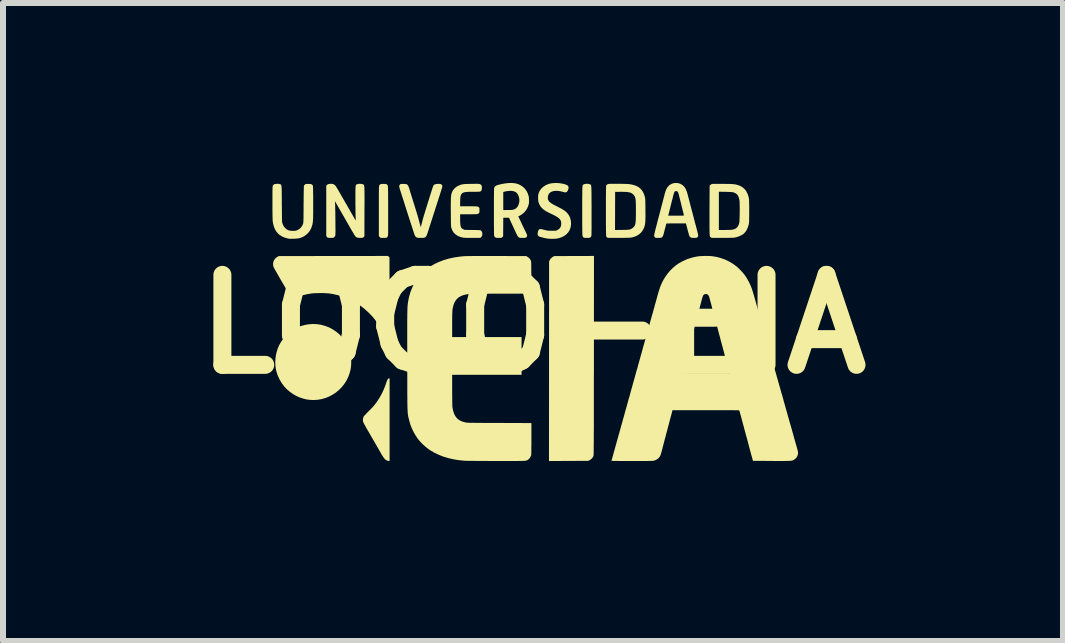
<source format=kicad_pcb>
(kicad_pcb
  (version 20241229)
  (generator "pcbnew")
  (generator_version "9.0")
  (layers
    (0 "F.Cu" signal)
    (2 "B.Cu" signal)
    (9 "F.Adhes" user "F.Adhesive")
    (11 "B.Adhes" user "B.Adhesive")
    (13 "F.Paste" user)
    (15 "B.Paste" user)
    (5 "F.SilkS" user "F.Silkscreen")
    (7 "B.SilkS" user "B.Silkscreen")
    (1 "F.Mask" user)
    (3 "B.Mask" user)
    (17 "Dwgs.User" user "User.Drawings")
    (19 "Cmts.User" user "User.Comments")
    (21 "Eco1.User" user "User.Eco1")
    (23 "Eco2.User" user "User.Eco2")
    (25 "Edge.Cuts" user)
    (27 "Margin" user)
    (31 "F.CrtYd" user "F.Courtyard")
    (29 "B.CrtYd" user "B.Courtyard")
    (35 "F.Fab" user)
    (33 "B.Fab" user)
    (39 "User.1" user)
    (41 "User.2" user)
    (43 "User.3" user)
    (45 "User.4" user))
  (footprint "LOGO-EIA"
    (layer "F.Cu")
    (at 5.836 2.354)
    (property "Reference" "LOGO-EIA" (at 0 0 0) (layer "F.SilkS") (effects (font (size 1.5 1.5) (thickness 0.3))))
    (attr board_only exclude_from_pos_files exclude_from_bom)
    (fp_poly (pts (xy 1.015 0.522) (xy 1.015 0.658) (xy 1.015 0.786) (xy 1.014 0.907) (xy 1.014 1.021) (xy 1.014 1.128) (xy 1.014 1.228) (xy 1.014 1.321) (xy 1.014 1.409) (xy 1.014 1.49) (xy 1.014 1.565) (xy 1.014 1.635) (xy 1.014 1.699) (xy 1.014 1.759) (xy 1.013 1.813) (xy 1.013 1.863) (xy 1.013 1.908) (xy 1.013 1.948) (xy 1.013 1.985) (xy 1.012 2.018) (xy 1.012 2.047) (xy 1.012 2.073) (xy 1.012 2.096) (xy 1.011 2.115) (xy 1.011 2.132) (xy 1.011 2.147) (xy 1.01 2.159) (xy 1.01 2.169) (xy 1.01 2.177) (xy 1.009 2.184) (xy 1.009 2.189) (xy 1.008 2.193) (xy 1.008 2.196) (xy 1.007 2.198) (xy 1.007 2.2) (xy 0.995 2.221) (xy 0.978 2.241) (xy 0.958 2.259) (xy 0.942 2.268) (xy 0.92 2.279) (xy 0.593 2.28) (xy 0.266 2.282) (xy 0.267 0.618) (xy 0.268 -1.045) (xy 0.278 -1.067) (xy 0.295 -1.093) (xy 0.318 -1.114) (xy 0.337 -1.126) (xy 0.354 -1.135) (xy 0.685 -1.136) (xy 1.016 -1.137)) (stroke (width 0) (type solid)) (fill yes) (layer "F.SilkS"))
    (fp_poly (pts (xy -2.47 -2.338) (xy -2.453 -2.336) (xy -2.441 -2.332) (xy -2.432 -2.325) (xy -2.424 -2.315) (xy -2.423 -2.314) (xy -2.422 -2.312) (xy -2.421 -2.309) (xy -2.42 -2.305) (xy -2.419 -2.299) (xy -2.419 -2.291) (xy -2.418 -2.28) (xy -2.418 -2.266) (xy -2.417 -2.249) (xy -2.417 -2.227) (xy -2.416 -2.201) (xy -2.416 -2.17) (xy -2.416 -2.134) (xy -2.416 -2.092) (xy -2.415 -2.044) (xy -2.415 -1.989) (xy -2.415 -1.926) (xy -2.415 -1.905) (xy -2.415 -1.849) (xy -2.415 -1.795) (xy -2.415 -1.744) (xy -2.415 -1.696) (xy -2.415 -1.651) (xy -2.415 -1.611) (xy -2.415 -1.575) (xy -2.415 -1.544) (xy -2.415 -1.519) (xy -2.416 -1.501) (xy -2.416 -1.489) (xy -2.416 -1.485) (xy -2.42 -1.468) (xy -2.428 -1.454) (xy -2.43 -1.452) (xy -2.441 -1.44) (xy -2.49 -1.438) (xy -2.539 -1.437) (xy -2.555 -1.452) (xy -2.57 -1.468) (xy -2.57 -1.885) (xy -2.57 -1.952) (xy -2.57 -2.012) (xy -2.57 -2.065) (xy -2.57 -2.112) (xy -2.57 -2.152) (xy -2.57 -2.187) (xy -2.57 -2.216) (xy -2.569 -2.241) (xy -2.569 -2.262) (xy -2.568 -2.279) (xy -2.567 -2.292) (xy -2.565 -2.303) (xy -2.564 -2.311) (xy -2.562 -2.316) (xy -2.56 -2.321) (xy -2.557 -2.324) (xy -2.554 -2.326) (xy -2.551 -2.328) (xy -2.547 -2.33) (xy -2.546 -2.331) (xy -2.538 -2.334) (xy -2.529 -2.336) (xy -2.516 -2.338) (xy -2.498 -2.338) (xy -2.492 -2.338)) (stroke (width 0) (type solid)) (fill yes) (layer "F.SilkS"))
    (fp_poly (pts (xy -3.602 0.000092) (xy -3.535 0.01) (xy -3.469 0.028) (xy -3.405 0.052) (xy -3.344 0.084) (xy -3.286 0.122) (xy -3.246 0.154) (xy -3.2 0.199) (xy -3.157 0.25) (xy -3.12 0.305) (xy -3.088 0.364) (xy -3.063 0.426) (xy -3.045 0.489) (xy -3.043 0.498) (xy -3.035 0.546) (xy -3.031 0.598) (xy -3.031 0.652) (xy -3.034 0.704) (xy -3.041 0.752) (xy -3.042 0.756) (xy -3.059 0.823) (xy -3.083 0.886) (xy -3.113 0.946) (xy -3.15 1.002) (xy -3.191 1.053) (xy -3.238 1.1) (xy -3.288 1.141) (xy -3.343 1.177) (xy -3.402 1.208) (xy -3.463 1.232) (xy -3.527 1.25) (xy -3.594 1.261) (xy -3.662 1.265) (xy -3.731 1.261) (xy -3.785 1.253) (xy -3.841 1.238) (xy -3.897 1.219) (xy -3.949 1.195) (xy -3.994 1.17) (xy -4.051 1.13) (xy -4.103 1.086) (xy -4.149 1.037) (xy -4.19 0.982) (xy -4.225 0.922) (xy -4.251 0.867) (xy -4.257 0.853) (xy -4.264 0.833) (xy -4.271 0.809) (xy -4.279 0.783) (xy -4.28 0.78) (xy -4.29 0.733) (xy -4.295 0.681) (xy -4.297 0.626) (xy -4.293 0.57) (xy -4.286 0.515) (xy -4.274 0.463) (xy -4.254 0.401) (xy -4.229 0.344) (xy -4.197 0.29) (xy -4.159 0.238) (xy -4.114 0.188) (xy -4.108 0.181) (xy -4.056 0.135) (xy -4.002 0.095) (xy -3.944 0.062) (xy -3.882 0.036) (xy -3.875 0.033) (xy -3.807 0.014) (xy -3.739 0.002) (xy -3.671 -0.003)) (stroke (width 0) (type solid)) (fill yes) (layer "F.SilkS"))
    (fp_poly (pts (xy -2.391 1.591) (xy -2.391 2.281) (xy -2.402 2.281) (xy -2.412 2.28) (xy -2.425 2.277) (xy -2.432 2.274) (xy -2.447 2.268) (xy -2.461 2.258) (xy -2.476 2.243) (xy -2.491 2.223) (xy -2.509 2.198) (xy -2.528 2.166) (xy -2.531 2.16) (xy -2.544 2.137) (xy -2.558 2.112) (xy -2.574 2.085) (xy -2.589 2.059) (xy -2.604 2.033) (xy -2.618 2.009) (xy -2.63 1.988) (xy -2.64 1.971) (xy -2.646 1.959) (xy -2.648 1.956) (xy -2.652 1.949) (xy -2.659 1.937) (xy -2.669 1.921) (xy -2.679 1.902) (xy -2.684 1.894) (xy -2.695 1.876) (xy -2.708 1.853) (xy -2.723 1.826) (xy -2.74 1.797) (xy -2.757 1.768) (xy -2.769 1.747) (xy -2.784 1.721) (xy -2.797 1.697) (xy -2.809 1.675) (xy -2.819 1.657) (xy -2.827 1.643) (xy -2.83 1.635) (xy -2.83 1.635) (xy -2.835 1.616) (xy -2.836 1.593) (xy -2.833 1.569) (xy -2.827 1.549) (xy -2.825 1.543) (xy -2.819 1.535) (xy -2.809 1.523) (xy -2.795 1.508) (xy -2.778 1.489) (xy -2.758 1.469) (xy -2.745 1.456) (xy -2.722 1.433) (xy -2.704 1.415) (xy -2.69 1.4) (xy -2.678 1.388) (xy -2.669 1.378) (xy -2.66 1.368) (xy -2.652 1.359) (xy -2.644 1.347) (xy -2.641 1.344) (xy -2.633 1.334) (xy -2.627 1.327) (xy -2.625 1.324) (xy -2.621 1.319) (xy -2.613 1.309) (xy -2.603 1.294) (xy -2.592 1.278) (xy -2.58 1.259) (xy -2.569 1.241) (xy -2.558 1.225) (xy -2.556 1.221) (xy -2.519 1.155) (xy -2.487 1.086) (xy -2.459 1.014) (xy -2.446 0.974) (xy -2.437 0.95) (xy -2.43 0.932) (xy -2.424 0.92) (xy -2.417 0.911) (xy -2.408 0.906) (xy -2.402 0.904) (xy -2.391 0.902)) (stroke (width 0) (type solid)) (fill yes) (layer "F.SilkS"))
    (fp_poly (pts (xy 0.911 -2.34) (xy 0.932 -2.337) (xy 0.947 -2.332) (xy 0.951 -2.33) (xy 0.955 -2.329) (xy 0.959 -2.327) (xy 0.962 -2.325) (xy 0.964 -2.322) (xy 0.967 -2.317) (xy 0.968 -2.311) (xy 0.97 -2.302) (xy 0.971 -2.29) (xy 0.972 -2.276) (xy 0.973 -2.257) (xy 0.974 -2.235) (xy 0.974 -2.208) (xy 0.975 -2.176) (xy 0.975 -2.139) (xy 0.975 -2.095) (xy 0.975 -2.046) (xy 0.976 -1.99) (xy 0.976 -1.926) (xy 0.976 -1.897) (xy 0.976 -1.819) (xy 0.976 -1.75) (xy 0.976 -1.688) (xy 0.976 -1.634) (xy 0.976 -1.588) (xy 0.975 -1.549) (xy 0.975 -1.518) (xy 0.974 -1.496) (xy 0.974 -1.48) (xy 0.973 -1.473) (xy 0.973 -1.473) (xy 0.967 -1.46) (xy 0.959 -1.449) (xy 0.959 -1.449) (xy 0.954 -1.445) (xy 0.948 -1.442) (xy 0.941 -1.44) (xy 0.929 -1.439) (xy 0.912 -1.439) (xy 0.903 -1.438) (xy 0.883 -1.438) (xy 0.869 -1.438) (xy 0.859 -1.439) (xy 0.852 -1.442) (xy 0.845 -1.445) (xy 0.845 -1.445) (xy 0.841 -1.447) (xy 0.838 -1.449) (xy 0.835 -1.451) (xy 0.832 -1.454) (xy 0.83 -1.458) (xy 0.828 -1.463) (xy 0.826 -1.471) (xy 0.825 -1.48) (xy 0.823 -1.493) (xy 0.823 -1.509) (xy 0.822 -1.528) (xy 0.821 -1.552) (xy 0.821 -1.58) (xy 0.821 -1.613) (xy 0.82 -1.652) (xy 0.82 -1.697) (xy 0.82 -1.748) (xy 0.82 -1.806) (xy 0.82 -1.871) (xy 0.82 -1.887) (xy 0.82 -1.954) (xy 0.82 -2.014) (xy 0.82 -2.067) (xy 0.82 -2.114) (xy 0.821 -2.154) (xy 0.821 -2.189) (xy 0.821 -2.219) (xy 0.822 -2.244) (xy 0.823 -2.264) (xy 0.823 -2.281) (xy 0.825 -2.295) (xy 0.826 -2.305) (xy 0.828 -2.313) (xy 0.83 -2.318) (xy 0.833 -2.323) (xy 0.836 -2.325) (xy 0.839 -2.327) (xy 0.843 -2.329) (xy 0.847 -2.331) (xy 0.849 -2.332) (xy 0.866 -2.337) (xy 0.888 -2.34)) (stroke (width 0) (type solid)) (fill yes) (layer "F.SilkS"))
    (fp_poly (pts (xy -2.406 -1.125) (xy -2.393 -1.114) (xy -2.392 -0.424) (xy -2.391 0.266) (xy -2.409 0.266) (xy -2.424 0.264) (xy -2.438 0.26) (xy -2.441 0.259) (xy -2.447 0.256) (xy -2.452 0.251) (xy -2.457 0.244) (xy -2.462 0.234) (xy -2.469 0.218) (xy -2.478 0.197) (xy -2.479 0.195) (xy -2.488 0.173) (xy -2.498 0.152) (xy -2.507 0.132) (xy -2.514 0.117) (xy -2.516 0.113) (xy -2.544 0.061) (xy -2.578 0.006) (xy -2.615 -0.048) (xy -2.653 -0.098) (xy -2.664 -0.111) (xy -2.686 -0.136) (xy -2.713 -0.164) (xy -2.743 -0.194) (xy -2.775 -0.223) (xy -2.807 -0.252) (xy -2.838 -0.277) (xy -2.861 -0.295) (xy -2.931 -0.343) (xy -3.007 -0.387) (xy -3.088 -0.427) (xy -3.106 -0.435) (xy -3.143 -0.449) (xy -3.186 -0.464) (xy -3.233 -0.478) (xy -3.282 -0.49) (xy -3.331 -0.501) (xy -3.378 -0.509) (xy -3.385 -0.51) (xy -3.41 -0.513) (xy -3.441 -0.515) (xy -3.476 -0.517) (xy -3.514 -0.518) (xy -3.554 -0.518) (xy -3.593 -0.517) (xy -3.63 -0.516) (xy -3.663 -0.514) (xy -3.691 -0.512) (xy -3.701 -0.51) (xy -3.736 -0.505) (xy -3.775 -0.497) (xy -3.815 -0.488) (xy -3.854 -0.478) (xy -3.889 -0.468) (xy -3.9 -0.465) (xy -3.933 -0.456) (xy -3.962 -0.453) (xy -3.988 -0.456) (xy -4.013 -0.464) (xy -4.022 -0.468) (xy -4.036 -0.477) (xy -4.048 -0.485) (xy -4.059 -0.496) (xy -4.07 -0.509) (xy -4.081 -0.527) (xy -4.095 -0.55) (xy -4.098 -0.555) (xy -4.12 -0.592) (xy -4.144 -0.635) (xy -4.172 -0.682) (xy -4.201 -0.732) (xy -4.231 -0.784) (xy -4.244 -0.807) (xy -4.264 -0.842) (xy -4.281 -0.872) (xy -4.295 -0.896) (xy -4.306 -0.916) (xy -4.315 -0.932) (xy -4.321 -0.944) (xy -4.325 -0.955) (xy -4.329 -0.963) (xy -4.331 -0.97) (xy -4.332 -0.978) (xy -4.332 -0.98) (xy -4.334 -1.011) (xy -4.328 -1.041) (xy -4.316 -1.069) (xy -4.298 -1.094) (xy -4.275 -1.114) (xy -4.259 -1.124) (xy -4.237 -1.135) (xy -3.327 -1.136) (xy -2.418 -1.137)) (stroke (width 0) (type solid)) (fill yes) (layer "F.SilkS"))
    (fp_poly (pts (xy 0.444 -2.35) (xy 0.503 -2.34) (xy 0.537 -2.33) (xy 0.561 -2.321) (xy 0.579 -2.31) (xy 0.589 -2.296) (xy 0.593 -2.279) (xy 0.591 -2.259) (xy 0.59 -2.255) (xy 0.581 -2.23) (xy 0.57 -2.212) (xy 0.557 -2.202) (xy 0.55 -2.199) (xy 0.542 -2.197) (xy 0.533 -2.197) (xy 0.521 -2.199) (xy 0.505 -2.204) (xy 0.5 -2.205) (xy 0.454 -2.216) (xy 0.412 -2.222) (xy 0.374 -2.222) (xy 0.34 -2.218) (xy 0.311 -2.209) (xy 0.287 -2.195) (xy 0.268 -2.177) (xy 0.255 -2.154) (xy 0.248 -2.127) (xy 0.247 -2.098) (xy 0.249 -2.081) (xy 0.255 -2.067) (xy 0.262 -2.055) (xy 0.27 -2.044) (xy 0.281 -2.033) (xy 0.294 -2.023) (xy 0.31 -2.011) (xy 0.33 -1.999) (xy 0.356 -1.985) (xy 0.388 -1.969) (xy 0.4 -1.963) (xy 0.438 -1.943) (xy 0.471 -1.926) (xy 0.498 -1.91) (xy 0.52 -1.896) (xy 0.539 -1.882) (xy 0.555 -1.868) (xy 0.57 -1.853) (xy 0.583 -1.837) (xy 0.586 -1.833) (xy 0.607 -1.799) (xy 0.622 -1.762) (xy 0.631 -1.721) (xy 0.634 -1.68) (xy 0.631 -1.638) (xy 0.622 -1.598) (xy 0.608 -1.565) (xy 0.587 -1.531) (xy 0.559 -1.501) (xy 0.526 -1.475) (xy 0.488 -1.454) (xy 0.445 -1.438) (xy 0.415 -1.43) (xy 0.384 -1.425) (xy 0.348 -1.423) (xy 0.309 -1.422) (xy 0.27 -1.424) (xy 0.233 -1.428) (xy 0.23 -1.428) (xy 0.21 -1.432) (xy 0.187 -1.437) (xy 0.164 -1.443) (xy 0.141 -1.449) (xy 0.121 -1.455) (xy 0.105 -1.46) (xy 0.097 -1.464) (xy 0.086 -1.473) (xy 0.079 -1.486) (xy 0.077 -1.503) (xy 0.079 -1.525) (xy 0.082 -1.541) (xy 0.089 -1.562) (xy 0.099 -1.577) (xy 0.113 -1.585) (xy 0.122 -1.586) (xy 0.131 -1.585) (xy 0.145 -1.582) (xy 0.164 -1.578) (xy 0.184 -1.573) (xy 0.19 -1.572) (xy 0.21 -1.566) (xy 0.226 -1.563) (xy 0.24 -1.56) (xy 0.254 -1.558) (xy 0.27 -1.558) (xy 0.29 -1.557) (xy 0.313 -1.557) (xy 0.381 -1.557) (xy 0.407 -1.57) (xy 0.432 -1.585) (xy 0.45 -1.604) (xy 0.463 -1.628) (xy 0.469 -1.657) (xy 0.47 -1.678) (xy 0.469 -1.699) (xy 0.465 -1.718) (xy 0.457 -1.736) (xy 0.445 -1.752) (xy 0.428 -1.768) (xy 0.406 -1.785) (xy 0.379 -1.801) (xy 0.345 -1.819) (xy 0.304 -1.839) (xy 0.293 -1.844) (xy 0.25 -1.865) (xy 0.213 -1.885) (xy 0.183 -1.905) (xy 0.158 -1.926) (xy 0.137 -1.947) (xy 0.12 -1.971) (xy 0.112 -1.984) (xy 0.101 -2.008) (xy 0.093 -2.029) (xy 0.088 -2.051) (xy 0.085 -2.077) (xy 0.085 -2.106) (xy 0.085 -2.136) (xy 0.088 -2.161) (xy 0.094 -2.183) (xy 0.103 -2.205) (xy 0.115 -2.228) (xy 0.134 -2.255) (xy 0.159 -2.28) (xy 0.189 -2.303) (xy 0.222 -2.322) (xy 0.258 -2.336) (xy 0.276 -2.342) (xy 0.329 -2.351) (xy 0.386 -2.354)) (stroke (width 0) (type solid)) (fill yes) (layer "F.SilkS"))
    (fp_poly (pts (xy 3.098 -2.339) (xy 3.144 -2.339) (xy 3.164 -2.339) (xy 3.21 -2.338) (xy 3.249 -2.338) (xy 3.282 -2.337) (xy 3.309 -2.336) (xy 3.333 -2.334) (xy 3.353 -2.332) (xy 3.37 -2.33) (xy 3.385 -2.327) (xy 3.4 -2.323) (xy 3.415 -2.319) (xy 3.424 -2.316) (xy 3.465 -2.299) (xy 3.5 -2.276) (xy 3.531 -2.248) (xy 3.556 -2.214) (xy 3.576 -2.174) (xy 3.592 -2.128) (xy 3.598 -2.1) (xy 3.6 -2.091) (xy 3.601 -2.08) (xy 3.602 -2.065) (xy 3.602 -2.045) (xy 3.603 -2.021) (xy 3.603 -1.992) (xy 3.604 -1.956) (xy 3.604 -1.914) (xy 3.604 -1.883) (xy 3.604 -1.839) (xy 3.604 -1.803) (xy 3.603 -1.773) (xy 3.603 -1.748) (xy 3.603 -1.728) (xy 3.602 -1.712) (xy 3.602 -1.699) (xy 3.601 -1.689) (xy 3.599 -1.68) (xy 3.598 -1.672) (xy 3.596 -1.664) (xy 3.595 -1.658) (xy 3.581 -1.613) (xy 3.564 -1.575) (xy 3.544 -1.542) (xy 3.52 -1.515) (xy 3.515 -1.51) (xy 3.494 -1.494) (xy 3.468 -1.479) (xy 3.438 -1.466) (xy 3.407 -1.454) (xy 3.387 -1.449) (xy 3.378 -1.447) (xy 3.37 -1.445) (xy 3.361 -1.443) (xy 3.351 -1.442) (xy 3.34 -1.441) (xy 3.325 -1.441) (xy 3.307 -1.44) (xy 3.285 -1.44) (xy 3.258 -1.439) (xy 3.225 -1.439) (xy 3.185 -1.439) (xy 3.164 -1.438) (xy 3.121 -1.438) (xy 3.086 -1.438) (xy 3.056 -1.438) (xy 3.033 -1.438) (xy 3.014 -1.438) (xy 3 -1.439) (xy 2.989 -1.439) (xy 2.981 -1.44) (xy 2.975 -1.441) (xy 2.971 -1.443) (xy 2.968 -1.444) (xy 2.966 -1.445) (xy 2.962 -1.448) (xy 2.959 -1.45) (xy 2.956 -1.452) (xy 2.953 -1.455) (xy 2.951 -1.459) (xy 2.949 -1.465) (xy 2.947 -1.472) (xy 2.946 -1.482) (xy 2.945 -1.495) (xy 2.944 -1.512) (xy 2.943 -1.532) (xy 2.943 -1.556) (xy 2.942 -1.585) (xy 2.942 -1.619) (xy 2.942 -1.659) (xy 2.942 -1.704) (xy 2.942 -1.756) (xy 2.942 -1.815) (xy 2.942 -1.881) (xy 2.942 -1.889) (xy 3.098 -1.889) (xy 3.098 -1.57) (xy 3.2 -1.57) (xy 3.238 -1.571) (xy 3.269 -1.571) (xy 3.293 -1.572) (xy 3.312 -1.574) (xy 3.326 -1.575) (xy 3.329 -1.576) (xy 3.36 -1.585) (xy 3.386 -1.599) (xy 3.406 -1.618) (xy 3.422 -1.642) (xy 3.434 -1.673) (xy 3.44 -1.7) (xy 3.441 -1.712) (xy 3.442 -1.731) (xy 3.443 -1.756) (xy 3.444 -1.785) (xy 3.445 -1.817) (xy 3.445 -1.851) (xy 3.446 -1.887) (xy 3.446 -1.922) (xy 3.446 -1.956) (xy 3.445 -1.988) (xy 3.444 -2.016) (xy 3.444 -2.04) (xy 3.442 -2.058) (xy 3.441 -2.067) (xy 3.433 -2.103) (xy 3.421 -2.134) (xy 3.405 -2.158) (xy 3.385 -2.177) (xy 3.359 -2.19) (xy 3.338 -2.198) (xy 3.328 -2.2) (xy 3.315 -2.201) (xy 3.298 -2.203) (xy 3.276 -2.204) (xy 3.247 -2.205) (xy 3.213 -2.206) (xy 3.206 -2.206) (xy 3.098 -2.208) (xy 3.098 -1.889) (xy 2.942 -1.889) (xy 2.942 -1.894) (xy 2.944 -2.308) (xy 2.955 -2.32) (xy 2.967 -2.329) (xy 2.98 -2.336) (xy 2.982 -2.337) (xy 2.991 -2.338) (xy 3.007 -2.339) (xy 3.03 -2.339) (xy 3.06 -2.339)) (stroke (width 0) (type solid)) (fill yes) (layer "F.SilkS"))
    (fp_poly (pts (xy -0.924 -2.34) (xy -0.911 -2.339) (xy -0.901 -2.338) (xy -0.894 -2.337) (xy -0.889 -2.336) (xy -0.883 -2.334) (xy -0.882 -2.333) (xy -0.868 -2.324) (xy -0.858 -2.312) (xy -0.853 -2.295) (xy -0.852 -2.272) (xy -0.852 -2.272) (xy -0.854 -2.248) (xy -0.86 -2.23) (xy -0.87 -2.217) (xy -0.875 -2.214) (xy -0.879 -2.212) (xy -0.885 -2.21) (xy -0.893 -2.209) (xy -0.905 -2.208) (xy -0.921 -2.208) (xy -0.943 -2.207) (xy -0.97 -2.207) (xy -0.985 -2.207) (xy -1.029 -2.207) (xy -1.067 -2.206) (xy -1.097 -2.205) (xy -1.123 -2.202) (xy -1.143 -2.199) (xy -1.159 -2.194) (xy -1.172 -2.188) (xy -1.183 -2.181) (xy -1.191 -2.172) (xy -1.196 -2.164) (xy -1.202 -2.152) (xy -1.207 -2.137) (xy -1.211 -2.118) (xy -1.213 -2.096) (xy -1.214 -2.067) (xy -1.215 -2.032) (xy -1.215 -2.03) (xy -1.215 -1.965) (xy -1.074 -1.965) (xy -1.035 -1.965) (xy -1.003 -1.965) (xy -0.977 -1.964) (xy -0.956 -1.964) (xy -0.94 -1.963) (xy -0.928 -1.961) (xy -0.919 -1.959) (xy -0.913 -1.956) (xy -0.907 -1.952) (xy -0.903 -1.948) (xy -0.9 -1.946) (xy -0.897 -1.94) (xy -0.894 -1.934) (xy -0.893 -1.923) (xy -0.893 -1.908) (xy -0.893 -1.898) (xy -0.893 -1.88) (xy -0.894 -1.868) (xy -0.895 -1.861) (xy -0.898 -1.855) (xy -0.902 -1.85) (xy -0.913 -1.842) (xy -0.925 -1.836) (xy -0.926 -1.836) (xy -0.933 -1.835) (xy -0.947 -1.834) (xy -0.968 -1.833) (xy -0.993 -1.833) (xy -1.023 -1.832) (xy -1.056 -1.832) (xy -1.077 -1.832) (xy -1.215 -1.832) (xy -1.215 -1.755) (xy -1.215 -1.716) (xy -1.213 -1.683) (xy -1.211 -1.657) (xy -1.207 -1.636) (xy -1.202 -1.619) (xy -1.194 -1.606) (xy -1.185 -1.596) (xy -1.173 -1.588) (xy -1.165 -1.583) (xy -1.143 -1.572) (xy -1.012 -1.57) (xy -0.97 -1.57) (xy -0.936 -1.569) (xy -0.909 -1.568) (xy -0.89 -1.567) (xy -0.878 -1.565) (xy -0.873 -1.564) (xy -0.859 -1.551) (xy -0.849 -1.533) (xy -0.845 -1.511) (xy -0.846 -1.489) (xy -0.849 -1.474) (xy -0.854 -1.463) (xy -0.863 -1.452) (xy -0.863 -1.452) (xy -0.878 -1.438) (xy -1.012 -1.438) (xy -1.053 -1.438) (xy -1.087 -1.438) (xy -1.115 -1.439) (xy -1.136 -1.44) (xy -1.153 -1.441) (xy -1.166 -1.443) (xy -1.172 -1.444) (xy -1.218 -1.456) (xy -1.257 -1.473) (xy -1.29 -1.495) (xy -1.318 -1.521) (xy -1.34 -1.553) (xy -1.356 -1.59) (xy -1.362 -1.608) (xy -1.364 -1.613) (xy -1.365 -1.62) (xy -1.366 -1.628) (xy -1.367 -1.639) (xy -1.367 -1.653) (xy -1.368 -1.671) (xy -1.369 -1.692) (xy -1.369 -1.719) (xy -1.369 -1.751) (xy -1.37 -1.79) (xy -1.37 -1.835) (xy -1.37 -1.861) (xy -1.371 -1.916) (xy -1.371 -1.964) (xy -1.371 -2.005) (xy -1.37 -2.04) (xy -1.37 -2.069) (xy -1.369 -2.095) (xy -1.368 -2.116) (xy -1.366 -2.134) (xy -1.365 -2.149) (xy -1.362 -2.162) (xy -1.36 -2.173) (xy -1.357 -2.184) (xy -1.355 -2.189) (xy -1.34 -2.224) (xy -1.317 -2.254) (xy -1.289 -2.281) (xy -1.255 -2.303) (xy -1.216 -2.32) (xy -1.186 -2.329) (xy -1.175 -2.331) (xy -1.164 -2.333) (xy -1.151 -2.334) (xy -1.137 -2.336) (xy -1.119 -2.337) (xy -1.096 -2.337) (xy -1.068 -2.338) (xy -1.034 -2.339) (xy -1.025 -2.339) (xy -0.99 -2.339) (xy -0.962 -2.34) (xy -0.94 -2.34)) (stroke (width 0) (type solid)) (fill yes) (layer "F.SilkS"))
    (fp_poly (pts (xy -0.329 -2.352) (xy -0.293 -2.347) (xy -0.287 -2.346) (xy -0.241 -2.332) (xy -0.2 -2.311) (xy -0.163 -2.285) (xy -0.131 -2.253) (xy -0.105 -2.215) (xy -0.085 -2.173) (xy -0.072 -2.131) (xy -0.069 -2.114) (xy -0.068 -2.093) (xy -0.067 -2.069) (xy -0.067 -2.044) (xy -0.068 -2.023) (xy -0.07 -2.006) (xy -0.071 -2.004) (xy -0.083 -1.962) (xy -0.102 -1.922) (xy -0.126 -1.886) (xy -0.147 -1.863) (xy -0.162 -1.849) (xy -0.18 -1.835) (xy -0.199 -1.822) (xy -0.216 -1.811) (xy -0.231 -1.804) (xy -0.235 -1.803) (xy -0.243 -1.8) (xy -0.246 -1.798) (xy -0.245 -1.795) (xy -0.24 -1.785) (xy -0.233 -1.771) (xy -0.225 -1.753) (xy -0.22 -1.743) (xy -0.208 -1.718) (xy -0.195 -1.69) (xy -0.182 -1.662) (xy -0.17 -1.637) (xy -0.17 -1.637) (xy -0.159 -1.613) (xy -0.146 -1.587) (xy -0.134 -1.562) (xy -0.123 -1.54) (xy -0.123 -1.54) (xy -0.112 -1.517) (xy -0.105 -1.5) (xy -0.1 -1.487) (xy -0.098 -1.477) (xy -0.099 -1.468) (xy -0.101 -1.462) (xy -0.107 -1.452) (xy -0.114 -1.446) (xy -0.126 -1.441) (xy -0.142 -1.439) (xy -0.164 -1.438) (xy -0.174 -1.438) (xy -0.197 -1.438) (xy -0.214 -1.439) (xy -0.227 -1.442) (xy -0.237 -1.447) (xy -0.246 -1.454) (xy -0.249 -1.458) (xy -0.251 -1.46) (xy -0.253 -1.463) (xy -0.256 -1.467) (xy -0.259 -1.472) (xy -0.263 -1.479) (xy -0.267 -1.489) (xy -0.273 -1.501) (xy -0.281 -1.516) (xy -0.29 -1.535) (xy -0.301 -1.559) (xy -0.314 -1.587) (xy -0.329 -1.62) (xy -0.348 -1.66) (xy -0.369 -1.705) (xy -0.387 -1.745) (xy -0.4 -1.774) (xy -0.448 -1.774) (xy -0.496 -1.774) (xy -0.497 -1.619) (xy -0.498 -1.464) (xy -0.513 -1.451) (xy -0.527 -1.438) (xy -0.571 -1.438) (xy -0.591 -1.438) (xy -0.605 -1.438) (xy -0.614 -1.44) (xy -0.621 -1.442) (xy -0.628 -1.446) (xy -0.63 -1.447) (xy -0.643 -1.46) (xy -0.648 -1.472) (xy -0.649 -1.478) (xy -0.65 -1.491) (xy -0.65 -1.511) (xy -0.651 -1.537) (xy -0.651 -1.568) (xy -0.651 -1.604) (xy -0.652 -1.643) (xy -0.652 -1.685) (xy -0.652 -1.731) (xy -0.652 -1.778) (xy -0.652 -1.826) (xy -0.652 -1.875) (xy -0.652 -1.924) (xy -0.652 -1.972) (xy -0.652 -2.019) (xy -0.652 -2.063) (xy -0.652 -2.106) (xy -0.651 -2.144) (xy -0.651 -2.179) (xy -0.651 -2.203) (xy -0.496 -2.203) (xy -0.496 -2.053) (xy -0.496 -1.902) (xy -0.423 -1.903) (xy -0.391 -1.903) (xy -0.366 -1.904) (xy -0.348 -1.905) (xy -0.335 -1.907) (xy -0.332 -1.908) (xy -0.304 -1.918) (xy -0.283 -1.932) (xy -0.266 -1.948) (xy -0.25 -1.971) (xy -0.238 -2) (xy -0.23 -2.032) (xy -0.227 -2.065) (xy -0.23 -2.096) (xy -0.239 -2.132) (xy -0.253 -2.162) (xy -0.271 -2.187) (xy -0.295 -2.205) (xy -0.323 -2.216) (xy -0.355 -2.222) (xy -0.383 -2.222) (xy -0.414 -2.22) (xy -0.445 -2.216) (xy -0.472 -2.21) (xy -0.474 -2.209) (xy -0.496 -2.203) (xy -0.651 -2.203) (xy -0.651 -2.209) (xy -0.65 -2.234) (xy -0.65 -2.253) (xy -0.649 -2.265) (xy -0.649 -2.27) (xy -0.643 -2.281) (xy -0.635 -2.293) (xy -0.63 -2.298) (xy -0.623 -2.304) (xy -0.615 -2.309) (xy -0.606 -2.314) (xy -0.592 -2.318) (xy -0.573 -2.324) (xy -0.564 -2.326) (xy -0.514 -2.338) (xy -0.464 -2.346) (xy -0.416 -2.352) (xy -0.37 -2.354)) (stroke (width 0) (type solid)) (fill yes) (layer "F.SilkS"))
    (fp_poly (pts (xy 1.437 -2.34) (xy 1.472 -2.34) (xy 1.504 -2.339) (xy 1.534 -2.338) (xy 1.559 -2.337) (xy 1.579 -2.337) (xy 1.59 -2.336) (xy 1.643 -2.328) (xy 1.691 -2.316) (xy 1.732 -2.3) (xy 1.768 -2.278) (xy 1.799 -2.251) (xy 1.824 -2.219) (xy 1.844 -2.182) (xy 1.86 -2.138) (xy 1.864 -2.124) (xy 1.866 -2.116) (xy 1.868 -2.108) (xy 1.869 -2.1) (xy 1.87 -2.09) (xy 1.871 -2.077) (xy 1.872 -2.062) (xy 1.872 -2.042) (xy 1.873 -2.018) (xy 1.873 -1.989) (xy 1.874 -1.953) (xy 1.874 -1.911) (xy 1.874 -1.859) (xy 1.875 -1.814) (xy 1.874 -1.775) (xy 1.873 -1.742) (xy 1.872 -1.714) (xy 1.87 -1.69) (xy 1.868 -1.669) (xy 1.864 -1.65) (xy 1.86 -1.634) (xy 1.855 -1.618) (xy 1.848 -1.602) (xy 1.841 -1.586) (xy 1.84 -1.584) (xy 1.82 -1.55) (xy 1.795 -1.52) (xy 1.765 -1.495) (xy 1.756 -1.489) (xy 1.734 -1.476) (xy 1.711 -1.465) (xy 1.686 -1.456) (xy 1.657 -1.448) (xy 1.649 -1.446) (xy 1.641 -1.445) (xy 1.632 -1.443) (xy 1.622 -1.442) (xy 1.61 -1.441) (xy 1.595 -1.441) (xy 1.576 -1.44) (xy 1.553 -1.44) (xy 1.524 -1.439) (xy 1.489 -1.439) (xy 1.448 -1.439) (xy 1.436 -1.439) (xy 1.392 -1.438) (xy 1.356 -1.438) (xy 1.327 -1.438) (xy 1.303 -1.438) (xy 1.284 -1.438) (xy 1.27 -1.439) (xy 1.259 -1.439) (xy 1.251 -1.44) (xy 1.245 -1.441) (xy 1.241 -1.442) (xy 1.238 -1.444) (xy 1.237 -1.445) (xy 1.227 -1.453) (xy 1.22 -1.462) (xy 1.22 -1.462) (xy 1.219 -1.467) (xy 1.219 -1.48) (xy 1.218 -1.499) (xy 1.217 -1.524) (xy 1.217 -1.554) (xy 1.216 -1.57) (xy 1.367 -1.57) (xy 1.482 -1.571) (xy 1.515 -1.572) (xy 1.542 -1.572) (xy 1.563 -1.573) (xy 1.579 -1.574) (xy 1.591 -1.575) (xy 1.601 -1.576) (xy 1.61 -1.578) (xy 1.618 -1.58) (xy 1.622 -1.581) (xy 1.644 -1.591) (xy 1.662 -1.604) (xy 1.667 -1.609) (xy 1.677 -1.619) (xy 1.686 -1.628) (xy 1.693 -1.639) (xy 1.699 -1.65) (xy 1.704 -1.664) (xy 1.707 -1.68) (xy 1.71 -1.7) (xy 1.712 -1.724) (xy 1.714 -1.753) (xy 1.714 -1.787) (xy 1.715 -1.827) (xy 1.715 -1.875) (xy 1.715 -1.886) (xy 1.715 -1.933) (xy 1.715 -1.972) (xy 1.714 -2.005) (xy 1.713 -2.033) (xy 1.712 -2.055) (xy 1.71 -2.074) (xy 1.708 -2.09) (xy 1.705 -2.102) (xy 1.702 -2.113) (xy 1.698 -2.124) (xy 1.693 -2.133) (xy 1.693 -2.134) (xy 1.676 -2.157) (xy 1.653 -2.177) (xy 1.627 -2.191) (xy 1.626 -2.192) (xy 1.605 -2.197) (xy 1.578 -2.202) (xy 1.543 -2.205) (xy 1.502 -2.206) (xy 1.455 -2.206) (xy 1.441 -2.206) (xy 1.369 -2.205) (xy 1.368 -1.888) (xy 1.367 -1.57) (xy 1.216 -1.57) (xy 1.216 -1.589) (xy 1.216 -1.628) (xy 1.215 -1.671) (xy 1.215 -1.716) (xy 1.215 -1.764) (xy 1.215 -1.813) (xy 1.215 -1.863) (xy 1.215 -1.913) (xy 1.215 -1.963) (xy 1.215 -2.012) (xy 1.215 -2.06) (xy 1.215 -2.105) (xy 1.216 -2.147) (xy 1.216 -2.186) (xy 1.216 -2.221) (xy 1.217 -2.251) (xy 1.218 -2.276) (xy 1.218 -2.295) (xy 1.219 -2.308) (xy 1.22 -2.313) (xy 1.226 -2.32) (xy 1.237 -2.328) (xy 1.242 -2.331) (xy 1.247 -2.333) (xy 1.252 -2.335) (xy 1.257 -2.337) (xy 1.265 -2.338) (xy 1.274 -2.339) (xy 1.288 -2.339) (xy 1.305 -2.34) (xy 1.328 -2.34) (xy 1.356 -2.34) (xy 1.391 -2.34) (xy 1.402 -2.34)) (stroke (width 0) (type solid)) (fill yes) (layer "F.SilkS"))
    (fp_poly (pts (xy -4.238 -2.339) (xy -4.225 -2.336) (xy -4.221 -2.334) (xy -4.215 -2.332) (xy -4.21 -2.331) (xy -4.206 -2.329) (xy -4.202 -2.326) (xy -4.199 -2.322) (xy -4.197 -2.316) (xy -4.195 -2.308) (xy -4.193 -2.297) (xy -4.192 -2.283) (xy -4.191 -2.265) (xy -4.19 -2.242) (xy -4.189 -2.215) (xy -4.189 -2.182) (xy -4.189 -2.144) (xy -4.188 -2.099) (xy -4.188 -2.047) (xy -4.188 -2.006) (xy -4.187 -1.95) (xy -4.187 -1.902) (xy -4.186 -1.86) (xy -4.186 -1.824) (xy -4.186 -1.794) (xy -4.185 -1.769) (xy -4.185 -1.749) (xy -4.184 -1.732) (xy -4.184 -1.718) (xy -4.183 -1.708) (xy -4.182 -1.699) (xy -4.181 -1.693) (xy -4.18 -1.687) (xy -4.178 -1.682) (xy -4.177 -1.679) (xy -4.165 -1.648) (xy -4.149 -1.622) (xy -4.132 -1.602) (xy -4.109 -1.582) (xy -4.085 -1.568) (xy -4.057 -1.56) (xy -4.024 -1.556) (xy -3.992 -1.555) (xy -3.972 -1.556) (xy -3.958 -1.558) (xy -3.945 -1.561) (xy -3.933 -1.566) (xy -3.926 -1.569) (xy -3.895 -1.587) (xy -3.87 -1.61) (xy -3.85 -1.638) (xy -3.835 -1.67) (xy -3.834 -1.675) (xy -3.832 -1.679) (xy -3.831 -1.684) (xy -3.83 -1.69) (xy -3.829 -1.698) (xy -3.828 -1.707) (xy -3.828 -1.72) (xy -3.827 -1.736) (xy -3.827 -1.755) (xy -3.826 -1.78) (xy -3.826 -1.809) (xy -3.826 -1.843) (xy -3.825 -1.884) (xy -3.825 -1.931) (xy -3.825 -1.985) (xy -3.825 -1.996) (xy -3.824 -2.057) (xy -3.824 -2.111) (xy -3.823 -2.157) (xy -3.823 -2.197) (xy -3.822 -2.23) (xy -3.821 -2.257) (xy -3.821 -2.278) (xy -3.82 -2.293) (xy -3.819 -2.303) (xy -3.818 -2.309) (xy -3.818 -2.309) (xy -3.812 -2.318) (xy -3.802 -2.327) (xy -3.8 -2.329) (xy -3.794 -2.333) (xy -3.787 -2.336) (xy -3.777 -2.337) (xy -3.764 -2.338) (xy -3.746 -2.338) (xy -3.723 -2.337) (xy -3.705 -2.335) (xy -3.693 -2.331) (xy -3.683 -2.325) (xy -3.674 -2.315) (xy -3.674 -2.315) (xy -3.673 -2.313) (xy -3.671 -2.31) (xy -3.67 -2.307) (xy -3.669 -2.302) (xy -3.668 -2.295) (xy -3.668 -2.285) (xy -3.667 -2.272) (xy -3.667 -2.255) (xy -3.666 -2.234) (xy -3.666 -2.208) (xy -3.666 -2.176) (xy -3.665 -2.138) (xy -3.665 -2.094) (xy -3.665 -2.042) (xy -3.665 -2.042) (xy -3.665 -1.982) (xy -3.665 -1.929) (xy -3.665 -1.883) (xy -3.665 -1.843) (xy -3.666 -1.808) (xy -3.666 -1.778) (xy -3.667 -1.752) (xy -3.669 -1.73) (xy -3.67 -1.711) (xy -3.672 -1.694) (xy -3.675 -1.679) (xy -3.677 -1.665) (xy -3.68 -1.653) (xy -3.696 -1.605) (xy -3.717 -1.563) (xy -3.744 -1.526) (xy -3.777 -1.494) (xy -3.815 -1.467) (xy -3.837 -1.455) (xy -3.861 -1.444) (xy -3.885 -1.436) (xy -3.911 -1.43) (xy -3.94 -1.427) (xy -3.973 -1.424) (xy -3.992 -1.424) (xy -4.015 -1.424) (xy -4.035 -1.423) (xy -4.052 -1.424) (xy -4.063 -1.424) (xy -4.067 -1.424) (xy -4.116 -1.436) (xy -4.159 -1.45) (xy -4.197 -1.469) (xy -4.23 -1.491) (xy -4.257 -1.517) (xy -4.284 -1.551) (xy -4.306 -1.59) (xy -4.322 -1.633) (xy -4.334 -1.682) (xy -4.34 -1.719) (xy -4.341 -1.729) (xy -4.341 -1.747) (xy -4.342 -1.772) (xy -4.343 -1.802) (xy -4.343 -1.839) (xy -4.344 -1.88) (xy -4.344 -1.926) (xy -4.344 -1.977) (xy -4.344 -2.023) (xy -4.344 -2.076) (xy -4.344 -2.122) (xy -4.344 -2.161) (xy -4.344 -2.194) (xy -4.344 -2.221) (xy -4.343 -2.244) (xy -4.343 -2.262) (xy -4.342 -2.276) (xy -4.342 -2.286) (xy -4.341 -2.294) (xy -4.34 -2.3) (xy -4.339 -2.304) (xy -4.338 -2.308) (xy -4.337 -2.308) (xy -4.329 -2.321) (xy -4.32 -2.33) (xy -4.307 -2.335) (xy -4.288 -2.338) (xy -4.274 -2.339) (xy -4.253 -2.34)) (stroke (width 0) (type solid)) (fill yes) (layer "F.SilkS"))
    (fp_poly (pts (xy -1.544 -2.337) (xy -1.53 -2.331) (xy -1.52 -2.322) (xy -1.515 -2.313) (xy -1.512 -2.302) (xy -1.513 -2.289) (xy -1.518 -2.27) (xy -1.523 -2.252) (xy -1.528 -2.239) (xy -1.534 -2.219) (xy -1.542 -2.195) (xy -1.55 -2.168) (xy -1.559 -2.139) (xy -1.567 -2.117) (xy -1.576 -2.087) (xy -1.586 -2.056) (xy -1.596 -2.026) (xy -1.604 -1.999) (xy -1.612 -1.976) (xy -1.615 -1.965) (xy -1.622 -1.946) (xy -1.629 -1.922) (xy -1.638 -1.893) (xy -1.648 -1.863) (xy -1.658 -1.832) (xy -1.664 -1.813) (xy -1.673 -1.784) (xy -1.682 -1.757) (xy -1.69 -1.732) (xy -1.697 -1.711) (xy -1.702 -1.694) (xy -1.705 -1.686) (xy -1.709 -1.673) (xy -1.715 -1.655) (xy -1.722 -1.633) (xy -1.73 -1.608) (xy -1.738 -1.583) (xy -1.738 -1.582) (xy -1.749 -1.548) (xy -1.758 -1.521) (xy -1.765 -1.5) (xy -1.772 -1.484) (xy -1.777 -1.472) (xy -1.783 -1.463) (xy -1.788 -1.456) (xy -1.795 -1.451) (xy -1.802 -1.447) (xy -1.805 -1.445) (xy -1.812 -1.442) (xy -1.821 -1.44) (xy -1.832 -1.439) (xy -1.848 -1.438) (xy -1.869 -1.438) (xy -1.872 -1.438) (xy -1.896 -1.438) (xy -1.913 -1.439) (xy -1.926 -1.441) (xy -1.934 -1.443) (xy -1.937 -1.444) (xy -1.948 -1.451) (xy -1.959 -1.461) (xy -1.96 -1.463) (xy -1.963 -1.466) (xy -1.966 -1.47) (xy -1.968 -1.475) (xy -1.971 -1.482) (xy -1.975 -1.491) (xy -1.98 -1.503) (xy -1.985 -1.52) (xy -1.992 -1.54) (xy -2 -1.565) (xy -2.01 -1.596) (xy -2.022 -1.633) (xy -2.036 -1.676) (xy -2.039 -1.686) (xy -2.06 -1.751) (xy -2.079 -1.81) (xy -2.096 -1.862) (xy -2.111 -1.909) (xy -2.124 -1.951) (xy -2.133 -1.978) (xy -2.138 -1.995) (xy -2.146 -2.019) (xy -2.154 -2.046) (xy -2.164 -2.076) (xy -2.173 -2.105) (xy -2.178 -2.119) (xy -2.187 -2.147) (xy -2.196 -2.175) (xy -2.204 -2.201) (xy -2.211 -2.223) (xy -2.217 -2.241) (xy -2.219 -2.248) (xy -2.226 -2.272) (xy -2.23 -2.291) (xy -2.23 -2.305) (xy -2.227 -2.316) (xy -2.219 -2.326) (xy -2.219 -2.327) (xy -2.213 -2.332) (xy -2.208 -2.335) (xy -2.201 -2.337) (xy -2.192 -2.338) (xy -2.177 -2.338) (xy -2.163 -2.338) (xy -2.139 -2.338) (xy -2.121 -2.336) (xy -2.106 -2.332) (xy -2.095 -2.325) (xy -2.086 -2.314) (xy -2.077 -2.299) (xy -2.069 -2.277) (xy -2.06 -2.25) (xy -2.058 -2.243) (xy -2.052 -2.221) (xy -2.044 -2.195) (xy -2.035 -2.166) (xy -2.027 -2.139) (xy -2.023 -2.129) (xy -2.016 -2.105) (xy -2.008 -2.08) (xy -2.001 -2.056) (xy -1.995 -2.037) (xy -1.992 -2.029) (xy -1.978 -1.984) (xy -1.963 -1.936) (xy -1.949 -1.89) (xy -1.936 -1.847) (xy -1.933 -1.839) (xy -1.927 -1.819) (xy -1.92 -1.794) (xy -1.912 -1.765) (xy -1.904 -1.735) (xy -1.896 -1.705) (xy -1.894 -1.699) (xy -1.887 -1.671) (xy -1.881 -1.65) (xy -1.877 -1.635) (xy -1.874 -1.625) (xy -1.872 -1.621) (xy -1.87 -1.621) (xy -1.869 -1.623) (xy -1.861 -1.657) (xy -1.851 -1.694) (xy -1.842 -1.731) (xy -1.832 -1.766) (xy -1.823 -1.799) (xy -1.815 -1.826) (xy -1.814 -1.828) (xy -1.806 -1.853) (xy -1.798 -1.881) (xy -1.789 -1.909) (xy -1.782 -1.932) (xy -1.781 -1.934) (xy -1.774 -1.957) (xy -1.767 -1.981) (xy -1.759 -2.004) (xy -1.755 -2.02) (xy -1.749 -2.037) (xy -1.742 -2.06) (xy -1.734 -2.085) (xy -1.727 -2.109) (xy -1.725 -2.115) (xy -1.717 -2.141) (xy -1.707 -2.172) (xy -1.697 -2.202) (xy -1.689 -2.231) (xy -1.687 -2.236) (xy -1.68 -2.258) (xy -1.673 -2.278) (xy -1.667 -2.294) (xy -1.663 -2.306) (xy -1.661 -2.31) (xy -1.65 -2.323) (xy -1.633 -2.332) (xy -1.609 -2.337) (xy -1.589 -2.339) (xy -1.564 -2.339)) (stroke (width 0) (type solid)) (fill yes) (layer "F.SilkS"))
    (fp_poly (pts (xy -2.869 -2.339) (xy -2.848 -2.336) (xy -2.837 -2.332) (xy -2.833 -2.33) (xy -2.829 -2.329) (xy -2.825 -2.327) (xy -2.822 -2.325) (xy -2.819 -2.321) (xy -2.817 -2.316) (xy -2.815 -2.309) (xy -2.814 -2.3) (xy -2.812 -2.288) (xy -2.811 -2.273) (xy -2.811 -2.254) (xy -2.81 -2.231) (xy -2.81 -2.204) (xy -2.809 -2.171) (xy -2.809 -2.133) (xy -2.809 -2.089) (xy -2.809 -2.039) (xy -2.809 -1.983) (xy -2.81 -1.919) (xy -2.81 -1.881) (xy -2.811 -1.465) (xy -2.823 -1.452) (xy -2.829 -1.447) (xy -2.835 -1.443) (xy -2.842 -1.441) (xy -2.852 -1.439) (xy -2.867 -1.439) (xy -2.877 -1.438) (xy -2.903 -1.438) (xy -2.924 -1.441) (xy -2.94 -1.447) (xy -2.954 -1.457) (xy -2.962 -1.464) (xy -2.966 -1.47) (xy -2.974 -1.481) (xy -2.984 -1.498) (xy -2.997 -1.52) (xy -3.012 -1.545) (xy -3.028 -1.573) (xy -3.046 -1.603) (xy -3.055 -1.619) (xy -3.077 -1.658) (xy -3.102 -1.701) (xy -3.128 -1.747) (xy -3.155 -1.794) (xy -3.181 -1.839) (xy -3.205 -1.881) (xy -3.22 -1.907) (xy -3.238 -1.938) (xy -3.254 -1.966) (xy -3.268 -1.991) (xy -3.281 -2.013) (xy -3.291 -2.03) (xy -3.298 -2.042) (xy -3.302 -2.049) (xy -3.303 -2.05) (xy -3.303 -2.046) (xy -3.302 -2.036) (xy -3.301 -2.022) (xy -3.3 -2.016) (xy -3.3 -2.006) (xy -3.299 -1.989) (xy -3.298 -1.966) (xy -3.298 -1.938) (xy -3.297 -1.904) (xy -3.296 -1.867) (xy -3.296 -1.827) (xy -3.295 -1.784) (xy -3.295 -1.74) (xy -3.295 -1.734) (xy -3.294 -1.683) (xy -3.294 -1.64) (xy -3.294 -1.604) (xy -3.293 -1.573) (xy -3.293 -1.548) (xy -3.294 -1.528) (xy -3.294 -1.512) (xy -3.294 -1.5) (xy -3.295 -1.49) (xy -3.296 -1.483) (xy -3.297 -1.478) (xy -3.298 -1.474) (xy -3.299 -1.47) (xy -3.301 -1.468) (xy -3.308 -1.456) (xy -3.316 -1.447) (xy -3.327 -1.442) (xy -3.343 -1.439) (xy -3.364 -1.438) (xy -3.372 -1.438) (xy -3.392 -1.438) (xy -3.409 -1.44) (xy -3.42 -1.442) (xy -3.422 -1.443) (xy -3.431 -1.449) (xy -3.439 -1.458) (xy -3.439 -1.458) (xy -3.447 -1.469) (xy -3.447 -1.889) (xy -3.447 -2.308) (xy -3.436 -2.32) (xy -3.423 -2.33) (xy -3.408 -2.336) (xy -3.387 -2.339) (xy -3.371 -2.34) (xy -3.349 -2.339) (xy -3.331 -2.335) (xy -3.315 -2.327) (xy -3.3 -2.315) (xy -3.286 -2.297) (xy -3.271 -2.274) (xy -3.264 -2.262) (xy -3.252 -2.242) (xy -3.24 -2.221) (xy -3.229 -2.202) (xy -3.221 -2.187) (xy -3.22 -2.186) (xy -3.21 -2.169) (xy -3.2 -2.151) (xy -3.191 -2.135) (xy -3.191 -2.135) (xy -3.184 -2.123) (xy -3.174 -2.106) (xy -3.163 -2.087) (xy -3.151 -2.066) (xy -3.147 -2.059) (xy -3.135 -2.038) (xy -3.123 -2.017) (xy -3.112 -1.999) (xy -3.104 -1.984) (xy -3.102 -1.981) (xy -3.096 -1.97) (xy -3.086 -1.953) (xy -3.075 -1.933) (xy -3.061 -1.91) (xy -3.048 -1.886) (xy -3.042 -1.877) (xy -3.028 -1.852) (xy -3.013 -1.827) (xy -3 -1.803) (xy -2.988 -1.782) (xy -2.979 -1.766) (xy -2.977 -1.763) (xy -2.968 -1.748) (xy -2.961 -1.737) (xy -2.956 -1.73) (xy -2.955 -1.728) (xy -2.955 -1.732) (xy -2.955 -1.742) (xy -2.956 -1.758) (xy -2.957 -1.776) (xy -2.957 -1.782) (xy -2.958 -1.795) (xy -2.959 -1.816) (xy -2.959 -1.842) (xy -2.96 -1.874) (xy -2.96 -1.91) (xy -2.96 -1.949) (xy -2.961 -1.991) (xy -2.961 -2.034) (xy -2.961 -2.066) (xy -2.961 -2.116) (xy -2.961 -2.16) (xy -2.961 -2.197) (xy -2.961 -2.227) (xy -2.96 -2.253) (xy -2.959 -2.273) (xy -2.958 -2.289) (xy -2.957 -2.302) (xy -2.955 -2.311) (xy -2.952 -2.318) (xy -2.949 -2.323) (xy -2.945 -2.326) (xy -2.941 -2.329) (xy -2.935 -2.331) (xy -2.933 -2.332) (xy -2.915 -2.338) (xy -2.893 -2.34)) (stroke (width 0) (type solid)) (fill yes) (layer "F.SilkS"))
    (fp_poly (pts (xy 2.424 -2.35) (xy 2.457 -2.339) (xy 2.488 -2.321) (xy 2.512 -2.301) (xy 2.532 -2.276) (xy 2.549 -2.247) (xy 2.563 -2.211) (xy 2.574 -2.176) (xy 2.579 -2.157) (xy 2.585 -2.133) (xy 2.593 -2.104) (xy 2.601 -2.072) (xy 2.61 -2.038) (xy 2.619 -2.003) (xy 2.628 -1.969) (xy 2.637 -1.936) (xy 2.644 -1.907) (xy 2.651 -1.882) (xy 2.656 -1.863) (xy 2.658 -1.856) (xy 2.662 -1.841) (xy 2.667 -1.82) (xy 2.674 -1.795) (xy 2.681 -1.768) (xy 2.688 -1.74) (xy 2.691 -1.729) (xy 2.699 -1.697) (xy 2.708 -1.663) (xy 2.718 -1.628) (xy 2.726 -1.595) (xy 2.734 -1.567) (xy 2.734 -1.565) (xy 2.742 -1.536) (xy 2.747 -1.514) (xy 2.751 -1.497) (xy 2.753 -1.484) (xy 2.753 -1.475) (xy 2.752 -1.467) (xy 2.75 -1.461) (xy 2.749 -1.458) (xy 2.743 -1.449) (xy 2.734 -1.444) (xy 2.722 -1.44) (xy 2.705 -1.438) (xy 2.682 -1.438) (xy 2.659 -1.438) (xy 2.641 -1.441) (xy 2.628 -1.446) (xy 2.617 -1.455) (xy 2.609 -1.465) (xy 2.606 -1.471) (xy 2.602 -1.484) (xy 2.596 -1.502) (xy 2.59 -1.525) (xy 2.583 -1.55) (xy 2.576 -1.577) (xy 2.549 -1.68) (xy 2.386 -1.68) (xy 2.346 -1.68) (xy 2.314 -1.68) (xy 2.287 -1.68) (xy 2.266 -1.679) (xy 2.251 -1.679) (xy 2.239 -1.679) (xy 2.231 -1.678) (xy 2.226 -1.677) (xy 2.223 -1.675) (xy 2.222 -1.674) (xy 2.221 -1.672) (xy 2.221 -1.671) (xy 2.219 -1.665) (xy 2.216 -1.653) (xy 2.211 -1.635) (xy 2.206 -1.614) (xy 2.199 -1.589) (xy 2.195 -1.572) (xy 2.187 -1.54) (xy 2.181 -1.516) (xy 2.175 -1.496) (xy 2.171 -1.482) (xy 2.166 -1.471) (xy 2.162 -1.463) (xy 2.157 -1.456) (xy 2.152 -1.451) (xy 2.151 -1.449) (xy 2.146 -1.445) (xy 2.14 -1.442) (xy 2.133 -1.441) (xy 2.122 -1.439) (xy 2.105 -1.439) (xy 2.093 -1.438) (xy 2.072 -1.438) (xy 2.058 -1.438) (xy 2.048 -1.439) (xy 2.042 -1.441) (xy 2.037 -1.443) (xy 2.035 -1.445) (xy 2.026 -1.455) (xy 2.02 -1.467) (xy 2.02 -1.467) (xy 2.019 -1.47) (xy 2.019 -1.476) (xy 2.02 -1.485) (xy 2.022 -1.496) (xy 2.025 -1.511) (xy 2.029 -1.529) (xy 2.035 -1.552) (xy 2.041 -1.58) (xy 2.05 -1.613) (xy 2.06 -1.651) (xy 2.071 -1.695) (xy 2.084 -1.746) (xy 2.1 -1.804) (xy 2.101 -1.809) (xy 2.254 -1.809) (xy 2.385 -1.809) (xy 2.421 -1.809) (xy 2.451 -1.809) (xy 2.474 -1.809) (xy 2.491 -1.81) (xy 2.503 -1.81) (xy 2.511 -1.811) (xy 2.515 -1.813) (xy 2.516 -1.814) (xy 2.515 -1.818) (xy 2.512 -1.829) (xy 2.508 -1.846) (xy 2.503 -1.868) (xy 2.496 -1.894) (xy 2.489 -1.923) (xy 2.481 -1.955) (xy 2.473 -1.987) (xy 2.465 -2.021) (xy 2.457 -2.053) (xy 2.449 -2.085) (xy 2.441 -2.114) (xy 2.435 -2.141) (xy 2.429 -2.163) (xy 2.424 -2.18) (xy 2.417 -2.2) (xy 2.405 -2.213) (xy 2.39 -2.218) (xy 2.385 -2.219) (xy 2.374 -2.218) (xy 2.366 -2.213) (xy 2.358 -2.204) (xy 2.352 -2.189) (xy 2.345 -2.169) (xy 2.341 -2.153) (xy 2.337 -2.141) (xy 2.333 -2.123) (xy 2.327 -2.099) (xy 2.32 -2.072) (xy 2.312 -2.042) (xy 2.304 -2.01) (xy 2.296 -1.977) (xy 2.288 -1.945) (xy 2.28 -1.914) (xy 2.273 -1.886) (xy 2.267 -1.861) (xy 2.262 -1.841) (xy 2.258 -1.826) (xy 2.256 -1.819) (xy 2.254 -1.809) (xy 2.101 -1.809) (xy 2.108 -1.834) (xy 2.111 -1.847) (xy 2.116 -1.867) (xy 2.123 -1.892) (xy 2.13 -1.92) (xy 2.138 -1.951) (xy 2.147 -1.984) (xy 2.153 -2.008) (xy 2.162 -2.041) (xy 2.17 -2.074) (xy 2.178 -2.105) (xy 2.186 -2.133) (xy 2.192 -2.157) (xy 2.197 -2.175) (xy 2.199 -2.184) (xy 2.212 -2.225) (xy 2.227 -2.26) (xy 2.246 -2.289) (xy 2.268 -2.312) (xy 2.287 -2.326) (xy 2.32 -2.343) (xy 2.354 -2.352) (xy 2.389 -2.354)) (stroke (width 0) (type solid)) (fill yes) (layer "F.SilkS"))
    (fp_poly (pts (xy -0.69 -1.136) (xy -0.603 -1.136) (xy -0.602 -1.136) (xy -0.115 -1.135) (xy -0.095 -1.124) (xy -0.072 -1.108) (xy -0.052 -1.087) (xy -0.038 -1.063) (xy -0.036 -1.059) (xy -0.035 -1.056) (xy -0.033 -1.051) (xy -0.032 -1.045) (xy -0.032 -1.037) (xy -0.031 -1.027) (xy -0.03 -1.014) (xy -0.03 -0.997) (xy -0.029 -0.975) (xy -0.029 -0.949) (xy -0.029 -0.918) (xy -0.029 -0.88) (xy -0.028 -0.836) (xy -0.028 -0.785) (xy -0.028 -0.776) (xy -0.027 -0.508) (xy -0.513 -0.508) (xy -0.585 -0.508) (xy -0.654 -0.508) (xy -0.719 -0.508) (xy -0.779 -0.507) (xy -0.835 -0.507) (xy -0.885 -0.507) (xy -0.929 -0.506) (xy -0.967 -0.506) (xy -0.999 -0.505) (xy -1.024 -0.505) (xy -1.042 -0.504) (xy -1.051 -0.504) (xy -1.106 -0.497) (xy -1.154 -0.486) (xy -1.196 -0.471) (xy -1.233 -0.451) (xy -1.264 -0.425) (xy -1.29 -0.394) (xy -1.311 -0.357) (xy -1.327 -0.315) (xy -1.339 -0.266) (xy -1.343 -0.235) (xy -1.344 -0.223) (xy -1.345 -0.203) (xy -1.346 -0.177) (xy -1.347 -0.145) (xy -1.347 -0.107) (xy -1.348 -0.064) (xy -1.348 -0.016) (xy -1.348 0.006) (xy -1.348 0.215) (xy -0.77 0.215) (xy -0.191 0.215) (xy -0.191 0.529) (xy -0.191 0.844) (xy -0.77 0.844) (xy -1.348 0.844) (xy -1.348 1.097) (xy -1.348 1.151) (xy -1.347 1.2) (xy -1.347 1.245) (xy -1.347 1.285) (xy -1.346 1.318) (xy -1.345 1.346) (xy -1.345 1.367) (xy -1.344 1.38) (xy -1.344 1.383) (xy -1.334 1.435) (xy -1.32 1.482) (xy -1.302 1.522) (xy -1.279 1.556) (xy -1.251 1.584) (xy -1.218 1.606) (xy -1.211 1.609) (xy -1.186 1.621) (xy -1.159 1.63) (xy -1.127 1.638) (xy -1.119 1.639) (xy -1.114 1.64) (xy -1.108 1.641) (xy -1.1 1.642) (xy -1.091 1.643) (xy -1.08 1.643) (xy -1.065 1.644) (xy -1.048 1.644) (xy -1.027 1.645) (xy -1.003 1.645) (xy -0.974 1.645) (xy -0.941 1.646) (xy -0.902 1.646) (xy -0.858 1.646) (xy -0.808 1.647) (xy -0.752 1.647) (xy -0.69 1.647) (xy -0.62 1.647) (xy -0.558 1.647) (xy -0.027 1.649) (xy -0.027 1.912) (xy -0.027 1.965) (xy -0.027 2.01) (xy -0.028 2.049) (xy -0.028 2.081) (xy -0.028 2.108) (xy -0.028 2.131) (xy -0.029 2.148) (xy -0.029 2.162) (xy -0.03 2.173) (xy -0.031 2.182) (xy -0.032 2.188) (xy -0.033 2.193) (xy -0.034 2.194) (xy -0.047 2.221) (xy -0.065 2.245) (xy -0.08 2.257) (xy -0.085 2.261) (xy -0.089 2.264) (xy -0.094 2.267) (xy -0.098 2.269) (xy -0.103 2.271) (xy -0.11 2.273) (xy -0.118 2.275) (xy -0.128 2.276) (xy -0.14 2.278) (xy -0.155 2.279) (xy -0.174 2.279) (xy -0.196 2.28) (xy -0.222 2.28) (xy -0.253 2.281) (xy -0.289 2.281) (xy -0.33 2.281) (xy -0.377 2.281) (xy -0.43 2.281) (xy -0.49 2.281) (xy -0.557 2.281) (xy -0.612 2.281) (xy -0.674 2.281) (xy -0.734 2.281) (xy -0.792 2.28) (xy -0.848 2.28) (xy -0.9 2.28) (xy -0.949 2.28) (xy -0.993 2.279) (xy -1.033 2.279) (xy -1.068 2.279) (xy -1.096 2.278) (xy -1.119 2.278) (xy -1.134 2.277) (xy -1.141 2.277) (xy -1.234 2.268) (xy -1.325 2.253) (xy -1.412 2.233) (xy -1.495 2.208) (xy -1.573 2.177) (xy -1.647 2.142) (xy -1.715 2.102) (xy -1.777 2.057) (xy -1.833 2.008) (xy -1.878 1.962) (xy -1.918 1.915) (xy -1.952 1.865) (xy -1.984 1.811) (xy -2.002 1.775) (xy -2.019 1.74) (xy -2.032 1.708) (xy -2.044 1.677) (xy -2.054 1.643) (xy -2.064 1.606) (xy -2.068 1.59) (xy -2.071 1.577) (xy -2.074 1.566) (xy -2.077 1.555) (xy -2.079 1.545) (xy -2.081 1.535) (xy -2.083 1.525) (xy -2.085 1.514) (xy -2.086 1.502) (xy -2.088 1.489) (xy -2.089 1.475) (xy -2.09 1.459) (xy -2.091 1.44) (xy -2.092 1.419) (xy -2.093 1.395) (xy -2.094 1.367) (xy -2.094 1.336) (xy -2.095 1.301) (xy -2.095 1.262) (xy -2.095 1.218) (xy -2.096 1.169) (xy -2.096 1.115) (xy -2.096 1.056) (xy -2.096 0.99) (xy -2.096 0.918) (xy -2.096 0.839) (xy -2.097 0.754) (xy -2.097 0.661) (xy -2.097 0.617) (xy -2.097 0.518) (xy -2.097 0.427) (xy -2.097 0.342) (xy -2.097 0.265) (xy -2.097 0.194) (xy -2.097 0.129) (xy -2.097 0.07) (xy -2.097 0.016) (xy -2.097 -0.032) (xy -2.097 -0.076) (xy -2.096 -0.115) (xy -2.096 -0.15) (xy -2.096 -0.181) (xy -2.095 -0.208) (xy -2.094 -0.233) (xy -2.094 -0.254) (xy -2.093 -0.273) (xy -2.092 -0.29) (xy -2.091 -0.305) (xy -2.09 -0.319) (xy -2.089 -0.331) (xy -2.087 -0.343) (xy -2.086 -0.353) (xy -2.084 -0.364) (xy -2.084 -0.369) (xy -2.067 -0.454) (xy -2.044 -0.534) (xy -2.014 -0.61) (xy -1.979 -0.681) (xy -1.937 -0.747) (xy -1.89 -0.808) (xy -1.836 -0.864) (xy -1.777 -0.916) (xy -1.713 -0.962) (xy -1.642 -1.003) (xy -1.567 -1.038) (xy -1.486 -1.069) (xy -1.4 -1.094) (xy -1.309 -1.113) (xy -1.213 -1.127) (xy -1.149 -1.133) (xy -1.134 -1.134) (xy -1.113 -1.134) (xy -1.085 -1.135) (xy -1.05 -1.135) (xy -1.008 -1.136) (xy -0.959 -1.136) (xy -0.903 -1.136) (xy -0.839 -1.136) (xy -0.768 -1.136)) (stroke (width 0) (type solid)) (fill yes) (layer "F.SilkS"))
    (fp_poly (pts (xy 2.897 -1.137) (xy 2.93 -1.136) (xy 2.96 -1.135) (xy 2.984 -1.133) (xy 3.06 -1.121) (xy 3.134 -1.101) (xy 3.206 -1.075) (xy 3.274 -1.042) (xy 3.338 -1.003) (xy 3.398 -0.958) (xy 3.443 -0.916) (xy 3.485 -0.872) (xy 3.522 -0.828) (xy 3.554 -0.782) (xy 3.583 -0.733) (xy 3.608 -0.686) (xy 3.616 -0.667) (xy 3.625 -0.65) (xy 3.632 -0.632) (xy 3.639 -0.615) (xy 3.646 -0.596) (xy 3.653 -0.575) (xy 3.661 -0.551) (xy 3.669 -0.523) (xy 3.679 -0.49) (xy 3.69 -0.452) (xy 3.702 -0.408) (xy 3.708 -0.389) (xy 3.715 -0.363) (xy 3.723 -0.335) (xy 3.73 -0.308) (xy 3.737 -0.285) (xy 3.743 -0.262) (xy 3.751 -0.235) (xy 3.759 -0.207) (xy 3.766 -0.181) (xy 3.767 -0.18) (xy 3.782 -0.124) (xy 3.796 -0.074) (xy 3.809 -0.03) (xy 3.82 0.011) (xy 3.828 0.039) (xy 3.836 0.064) (xy 3.843 0.092) (xy 3.851 0.118) (xy 3.857 0.141) (xy 3.857 0.143) (xy 3.863 0.164) (xy 3.869 0.186) (xy 3.875 0.205) (xy 3.879 0.217) (xy 3.882 0.229) (xy 3.887 0.247) (xy 3.894 0.271) (xy 3.902 0.298) (xy 3.91 0.327) (xy 3.919 0.358) (xy 3.928 0.389) (xy 3.936 0.418) (xy 3.943 0.445) (xy 3.95 0.467) (xy 3.954 0.485) (xy 3.955 0.486) (xy 3.96 0.504) (xy 3.966 0.526) (xy 3.973 0.55) (xy 3.979 0.574) (xy 3.981 0.578) (xy 3.987 0.602) (xy 3.994 0.626) (xy 4 0.648) (xy 4.005 0.666) (xy 4.006 0.669) (xy 4.009 0.68) (xy 4.014 0.698) (xy 4.021 0.721) (xy 4.029 0.749) (xy 4.037 0.78) (xy 4.047 0.813) (xy 4.056 0.846) (xy 4.057 0.848) (xy 4.067 0.885) (xy 4.078 0.922) (xy 4.088 0.959) (xy 4.098 0.994) (xy 4.107 1.026) (xy 4.115 1.053) (xy 4.12 1.07) (xy 4.127 1.096) (xy 4.134 1.12) (xy 4.14 1.142) (xy 4.145 1.16) (xy 4.149 1.172) (xy 4.149 1.172) (xy 4.154 1.189) (xy 4.161 1.213) (xy 4.169 1.242) (xy 4.178 1.276) (xy 4.188 1.312) (xy 4.198 1.346) (xy 4.204 1.368) (xy 4.211 1.394) (xy 4.219 1.422) (xy 4.226 1.448) (xy 4.227 1.449) (xy 4.234 1.474) (xy 4.242 1.502) (xy 4.249 1.529) (xy 4.255 1.551) (xy 4.256 1.553) (xy 4.262 1.574) (xy 4.268 1.596) (xy 4.273 1.615) (xy 4.277 1.627) (xy 4.28 1.639) (xy 4.285 1.656) (xy 4.292 1.679) (xy 4.3 1.706) (xy 4.308 1.735) (xy 4.317 1.766) (xy 4.325 1.796) (xy 4.334 1.826) (xy 4.341 1.853) (xy 4.348 1.877) (xy 4.353 1.896) (xy 4.353 1.897) (xy 4.358 1.914) (xy 4.364 1.936) (xy 4.371 1.96) (xy 4.378 1.984) (xy 4.379 1.988) (xy 4.39 2.025) (xy 4.398 2.055) (xy 4.405 2.079) (xy 4.41 2.098) (xy 4.413 2.112) (xy 4.416 2.124) (xy 4.417 2.133) (xy 4.418 2.14) (xy 4.418 2.147) (xy 4.418 2.147) (xy 4.414 2.177) (xy 4.404 2.205) (xy 4.386 2.23) (xy 4.363 2.252) (xy 4.357 2.256) (xy 4.35 2.261) (xy 4.344 2.264) (xy 4.338 2.268) (xy 4.331 2.271) (xy 4.323 2.273) (xy 4.313 2.275) (xy 4.302 2.277) (xy 4.287 2.278) (xy 4.269 2.279) (xy 4.248 2.28) (xy 4.222 2.28) (xy 4.191 2.281) (xy 4.155 2.281) (xy 4.113 2.281) (xy 4.064 2.281) (xy 4.009 2.281) (xy 3.979 2.28) (xy 3.667 2.279) (xy 3.658 2.248) (xy 3.655 2.236) (xy 3.65 2.218) (xy 3.643 2.194) (xy 3.635 2.165) (xy 3.627 2.133) (xy 3.617 2.098) (xy 3.607 2.061) (xy 3.597 2.023) (xy 3.587 1.986) (xy 3.578 1.95) (xy 3.569 1.916) (xy 3.561 1.887) (xy 3.554 1.863) (xy 3.548 1.839) (xy 3.542 1.818) (xy 3.538 1.801) (xy 3.535 1.793) (xy 3.532 1.781) (xy 3.527 1.763) (xy 3.521 1.741) (xy 3.515 1.717) (xy 3.51 1.699) (xy 3.5 1.663) (xy 3.491 1.628) (xy 3.481 1.593) (xy 3.472 1.559) (xy 3.464 1.528) (xy 3.456 1.501) (xy 3.45 1.477) (xy 3.445 1.459) (xy 3.441 1.446) (xy 3.44 1.441) (xy 3.44 1.441) (xy 3.439 1.44) (xy 3.437 1.439) (xy 3.435 1.438) (xy 3.43 1.437) (xy 3.424 1.437) (xy 3.416 1.436) (xy 3.405 1.436) (xy 3.39 1.435) (xy 3.372 1.435) (xy 3.351 1.435) (xy 3.325 1.434) (xy 3.295 1.434) (xy 3.259 1.434) (xy 3.218 1.434) (xy 3.172 1.434) (xy 3.119 1.434) (xy 3.06 1.434) (xy 2.994 1.434) (xy 2.921 1.434) (xy 2.881 1.434) (xy 2.325 1.434) (xy 2.319 1.458) (xy 2.315 1.473) (xy 2.31 1.493) (xy 2.305 1.513) (xy 2.303 1.52) (xy 2.298 1.535) (xy 2.293 1.556) (xy 2.286 1.581) (xy 2.279 1.608) (xy 2.272 1.635) (xy 2.271 1.639) (xy 2.258 1.69) (xy 2.246 1.733) (xy 2.237 1.771) (xy 2.228 1.802) (xy 2.221 1.829) (xy 2.215 1.851) (xy 2.211 1.869) (xy 2.207 1.883) (xy 2.204 1.895) (xy 2.203 1.897) (xy 2.199 1.912) (xy 2.193 1.934) (xy 2.186 1.961) (xy 2.178 1.991) (xy 2.17 2.022) (xy 2.162 2.054) (xy 2.154 2.085) (xy 2.146 2.113) (xy 2.14 2.136) (xy 2.14 2.137) (xy 2.134 2.157) (xy 2.128 2.176) (xy 2.122 2.192) (xy 2.118 2.2) (xy 2.101 2.225) (xy 2.078 2.246) (xy 2.05 2.263) (xy 2.02 2.275) (xy 2.018 2.275) (xy 2.013 2.276) (xy 2.007 2.277) (xy 1.998 2.278) (xy 1.988 2.279) (xy 1.974 2.279) (xy 1.957 2.28) (xy 1.937 2.28) (xy 1.911 2.281) (xy 1.881 2.281) (xy 1.846 2.281) (xy 1.804 2.281) (xy 1.757 2.281) (xy 1.702 2.281) (xy 1.652 2.281) (xy 1.601 2.281) (xy 1.552 2.281) (xy 1.506 2.281) (xy 1.464 2.281) (xy 1.425 2.281) (xy 1.391 2.28) (xy 1.362 2.28) (xy 1.339 2.28) (xy 1.322 2.279) (xy 1.312 2.279) (xy 1.309 2.278) (xy 1.309 2.275) (xy 1.311 2.268) (xy 1.314 2.256) (xy 1.319 2.239) (xy 1.325 2.217) (xy 1.333 2.189) (xy 1.342 2.154) (xy 1.354 2.112) (xy 1.36 2.092) (xy 1.368 2.061) (xy 1.377 2.029) (xy 1.386 1.999) (xy 1.393 1.972) (xy 1.399 1.95) (xy 1.404 1.933) (xy 1.404 1.932) (xy 1.41 1.91) (xy 1.418 1.884) (xy 1.425 1.856) (xy 1.433 1.83) (xy 1.434 1.826) (xy 1.441 1.801) (xy 1.449 1.773) (xy 1.456 1.747) (xy 1.462 1.724) (xy 1.463 1.721) (xy 1.469 1.7) (xy 1.476 1.674) (xy 1.484 1.647) (xy 1.491 1.62) (xy 1.494 1.609) (xy 1.515 1.536) (xy 1.536 1.459) (xy 1.557 1.385) (xy 1.564 1.36) (xy 1.573 1.328) (xy 1.583 1.291) (xy 1.594 1.25) (xy 1.607 1.206) (xy 1.62 1.16) (xy 1.624 1.145) (xy 1.631 1.12) (xy 1.638 1.092) (xy 1.646 1.065) (xy 1.651 1.049) (xy 1.657 1.025) (xy 1.665 0.997) (xy 1.672 0.97) (xy 1.677 0.953) (xy 1.692 0.902) (xy 1.705 0.853) (xy 1.715 0.817) (xy 2.488 0.817) (xy 2.492 0.817) (xy 2.504 0.818) (xy 2.523 0.818) (xy 2.549 0.819) (xy 2.581 0.819) (xy 2.621 0.82) (xy 2.667 0.82) (xy 2.719 0.82) (xy 2.778 0.82) (xy 2.842 0.82) (xy 2.883 0.82) (xy 3.277 0.82) (xy 3.267 0.784) (xy 3.262 0.765) (xy 3.256 0.742) (xy 3.249 0.718) (xy 3.244 0.699) (xy 3.229 0.641) (xy 3.215 0.589) (xy 3.202 0.542) (xy 3.191 0.497) (xy 3.179 0.453) (xy 3.167 0.409) (xy 3.165 0.4) (xy 3.156 0.368) (xy 3.146 0.33) (xy 3.135 0.289) (xy 3.124 0.248) (xy 3.114 0.21) (xy 3.108 0.186) (xy 3.099 0.153) (xy 3.09 0.119) (xy 3.081 0.085) (xy 3.073 0.054) (xy 3.065 0.026) (xy 3.06 0.006) (xy 3.053 -0.021) (xy 3.046 -0.049) (xy 3.038 -0.076) (xy 3.032 -0.1) (xy 3.029 -0.109) (xy 3.024 -0.13) (xy 3.017 -0.156) (xy 3.009 -0.185) (xy 3.002 -0.213) (xy 2.998 -0.227) (xy 2.991 -0.253) (xy 2.983 -0.282) (xy 2.976 -0.309) (xy 2.97 -0.333) (xy 2.967 -0.344) (xy 2.961 -0.367) (xy 2.954 -0.391) (xy 2.948 -0.413) (xy 2.944 -0.428) (xy 2.939 -0.448) (xy 2.934 -0.462) (xy 2.93 -0.472) (xy 2.924 -0.48) (xy 2.917 -0.488) (xy 2.915 -0.49) (xy 2.899 -0.5) (xy 2.882 -0.503) (xy 2.864 -0.5) (xy 2.848 -0.492) (xy 2.836 -0.478) (xy 2.832 -0.469) (xy 2.827 -0.455) (xy 2.821 -0.436) (xy 2.816 -0.416) (xy 2.814 -0.411) (xy 2.808 -0.386) (xy 2.8 -0.357) (xy 2.792 -0.327) (xy 2.785 -0.301) (xy 2.785 -0.301) (xy 2.78 -0.281) (xy 2.775 -0.262) (xy 2.77 -0.242) (xy 2.764 -0.221) (xy 2.757 -0.196) (xy 2.75 -0.168) (xy 2.741 -0.135) (xy 2.731 -0.095) (xy 2.725 -0.076) (xy 2.718 -0.048) (xy 2.71 -0.017) (xy 2.701 0.014) (xy 2.694 0.042) (xy 2.692 0.051) (xy 2.685 0.077) (xy 2.677 0.105) (xy 2.67 0.132) (xy 2.664 0.156) (xy 2.662 0.16) (xy 2.655 0.189) (xy 2.646 0.224) (xy 2.635 0.264) (xy 2.624 0.307) (xy 2.612 0.353) (xy 2.599 0.399) (xy 2.587 0.444) (xy 2.576 0.488) (xy 2.565 0.528) (xy 2.556 0.563) (xy 2.555 0.564) (xy 2.55 0.583) (xy 2.544 0.607) (xy 2.537 0.634) (xy 2.529 0.661) (xy 2.526 0.676) (xy 2.519 0.701) (xy 2.512 0.726) (xy 2.506 0.75) (xy 2.501 0.769) (xy 2.498 0.779) (xy 2.494 0.794) (xy 2.49 0.807) (xy 2.489 0.815) (xy 2.488 0.817) (xy 1.715 0.817) (xy 1.717 0.809) (xy 1.728 0.77) (xy 1.738 0.737) (xy 1.745 0.712) (xy 1.751 0.687) (xy 1.759 0.659) (xy 1.767 0.632) (xy 1.771 0.616) (xy 1.777 0.596) (xy 1.784 0.571) (xy 1.792 0.543) (xy 1.799 0.515) (xy 1.805 0.496) (xy 1.812 0.471) (xy 1.819 0.445) (xy 1.825 0.422) (xy 1.831 0.402) (xy 1.834 0.391) (xy 1.838 0.375) (xy 1.844 0.354) (xy 1.851 0.33) (xy 1.858 0.306) (xy 1.861 0.293) (xy 1.875 0.245) (xy 1.886 0.204) (xy 1.897 0.167) (xy 1.906 0.134) (xy 1.915 0.103) (xy 1.922 0.076) (xy 1.928 0.053) (xy 1.936 0.026) (xy 1.944 -0.004) (xy 1.952 -0.033) (xy 1.957 -0.051) (xy 1.968 -0.09) (xy 1.977 -0.123) (xy 1.985 -0.151) (xy 1.992 -0.174) (xy 1.998 -0.195) (xy 2.003 -0.214) (xy 2.008 -0.233) (xy 2.013 -0.251) (xy 2.016 -0.26) (xy 2.023 -0.285) (xy 2.03 -0.313) (xy 2.038 -0.341) (xy 2.044 -0.363) (xy 2.051 -0.386) (xy 2.058 -0.413) (xy 2.066 -0.441) (xy 2.073 -0.467) (xy 2.074 -0.471) (xy 2.086 -0.514) (xy 2.097 -0.551) (xy 2.107 -0.582) (xy 2.116 -0.61) (xy 2.126 -0.636) (xy 2.136 -0.66) (xy 2.147 -0.684) (xy 2.159 -0.709) (xy 2.167 -0.725) (xy 2.174 -0.738) (xy 2.18 -0.749) (xy 2.188 -0.761) (xy 2.197 -0.775) (xy 2.209 -0.794) (xy 2.212 -0.799) (xy 2.248 -0.848) (xy 2.289 -0.896) (xy 2.334 -0.94) (xy 2.38 -0.979) (xy 2.427 -1.012) (xy 2.43 -1.014) (xy 2.499 -1.052) (xy 2.571 -1.084) (xy 2.646 -1.108) (xy 2.723 -1.126) (xy 2.774 -1.133) (xy 2.799 -1.135) (xy 2.829 -1.136) (xy 2.862 -1.137)) (stroke (width 0) (type solid)) (fill yes) (layer "F.SilkS")))
  (gr_rect
    (start -3 -3)
    (end 14.671 7.636)
    (stroke (width 0.1) (type default))
    (fill no)
    (layer "Edge.Cuts")))
</source>
